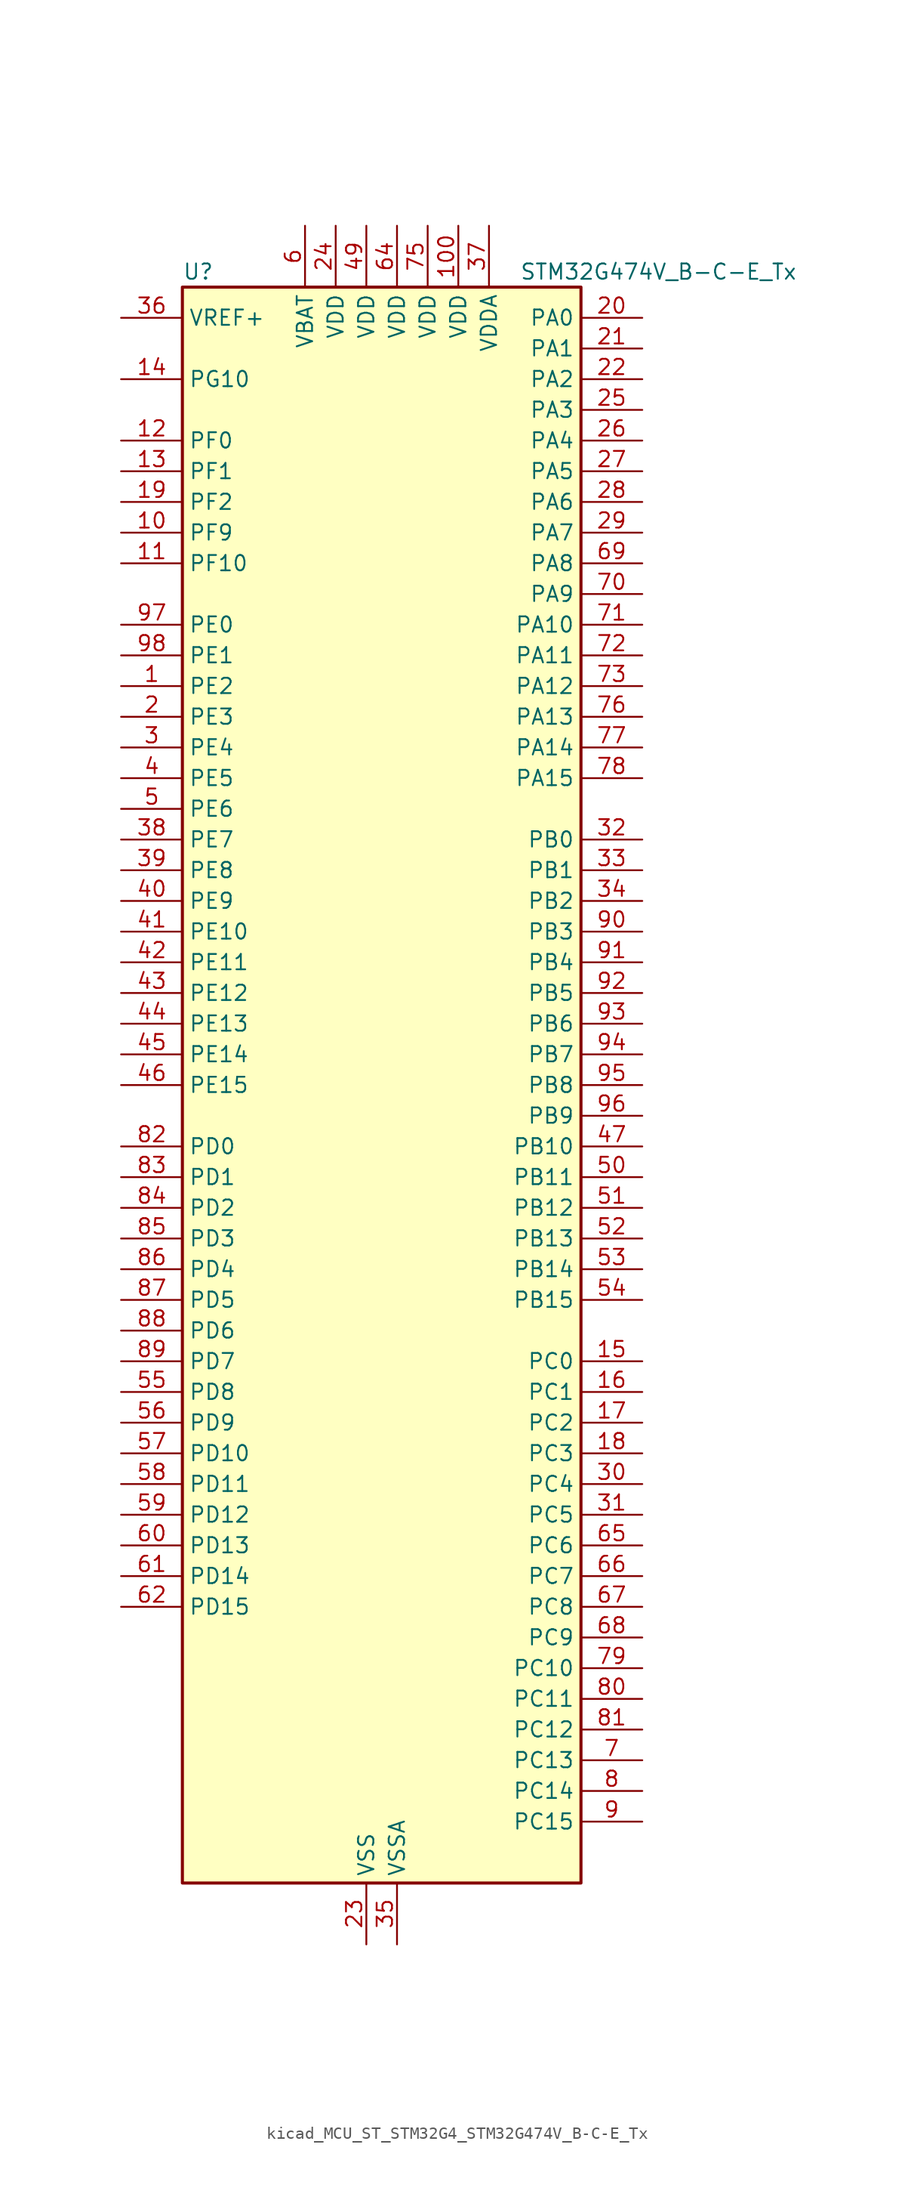
<source format=kicad_sym>
(kicad_symbol_lib
  (version 20220914)
  (generator kicad_symbol_editor)
  (symbol "kicad_MCU_ST_STM32G4_STM32G474V_B-C-E_Tx"
    (property "Reference" "U"
      (at -15.24 67.31 0)
      (effects (font (size 1.27 1.27)) (justify left)))
    (property "Value" "STM32G474V_B-C-E_Tx"
      (at 12.7 67.31 0)
      (effects (font (size 1.27 1.27)) (justify left)))
    (property "ki_locked" ""
      (at 0 0 0)
      (effects (font (size 1.27 1.27))))
    (symbol "kicad_MCU_ST_STM32G4_STM32G474V_B-C-E_Tx_0_1"
      (rectangle (start -15.24 -66.04) (end 17.78 66.04) (stroke (width 0.254) (type default)) (fill (type background))))
    (symbol "kicad_MCU_ST_STM32G4_STM32G474V_B-C-E_Tx_1_1"
      (pin bidirectional line (at -20.32 33.02 0) (length 5.08) (name "PE2" (effects (font (size 1.27 1.27)))) (number "1" (effects (font (size 1.27 1.27)))) (alternate "ADC3_EXTI2" bidirectional line) (alternate "ADC4_EXTI2" bidirectional line) (alternate "ADC5_EXTI2" bidirectional line) (alternate "FMC_A23" bidirectional line) (alternate "SAI1_CK1" bidirectional line) (alternate "SAI1_MCLK_A" bidirectional line) (alternate "SPI4_SCK" bidirectional line) (alternate "SYS_TRACECLK" bidirectional line) (alternate "TIM20_CH1" bidirectional line) (alternate "TIM3_CH1" bidirectional line))
      (pin bidirectional line (at -20.32 45.72 0) (length 5.08) (name "PF9" (effects (font (size 1.27 1.27)))) (number "10" (effects (font (size 1.27 1.27)))) (alternate "DAC1_EXTI9" bidirectional line) (alternate "DAC2_EXTI9" bidirectional line) (alternate "DAC3_EXTI9" bidirectional line) (alternate "DAC4_EXTI9" bidirectional line) (alternate "FMC_A25" bidirectional line) (alternate "QUADSPI1_BK1_IO1" bidirectional line) (alternate "SAI1_FS_B" bidirectional line) (alternate "SPI2_SCK" bidirectional line) (alternate "TIM15_CH1" bidirectional line) (alternate "TIM20_BKIN" bidirectional line) (alternate "TIM5_CH4" bidirectional line))
      (pin power_in line (at 7.62 71.12 270) (length 5.08) (name "VDD" (effects (font (size 1.27 1.27)))) (number "100" (effects (font (size 1.27 1.27)))))
      (pin bidirectional line (at -20.32 43.18 0) (length 5.08) (name "PF10" (effects (font (size 1.27 1.27)))) (number "11" (effects (font (size 1.27 1.27)))) (alternate "DAC1_EXTI10" bidirectional line) (alternate "DAC2_EXTI10" bidirectional line) (alternate "DAC3_EXTI10" bidirectional line) (alternate "DAC4_EXTI10" bidirectional line) (alternate "FMC_A0" bidirectional line) (alternate "QUADSPI1_CLK" bidirectional line) (alternate "SAI1_D3" bidirectional line) (alternate "SPI2_SCK" bidirectional line) (alternate "TIM15_CH2" bidirectional line) (alternate "TIM20_BKIN2" bidirectional line))
      (pin bidirectional line (at -20.32 53.34 0) (length 5.08) (name "PF0" (effects (font (size 1.27 1.27)))) (number "12" (effects (font (size 1.27 1.27)))) (alternate "ADC1_IN10" bidirectional line) (alternate "I2C2_SDA" bidirectional line) (alternate "I2S2_WS" bidirectional line) (alternate "RCC_OSC_IN" bidirectional line) (alternate "SPI2_NSS" bidirectional line) (alternate "TIM1_CH3N" bidirectional line))
      (pin bidirectional line (at -20.32 50.8 0) (length 5.08) (name "PF1" (effects (font (size 1.27 1.27)))) (number "13" (effects (font (size 1.27 1.27)))) (alternate "ADC2_IN10" bidirectional line) (alternate "COMP3_INM" bidirectional line) (alternate "I2S2_CK" bidirectional line) (alternate "RCC_OSC_OUT" bidirectional line) (alternate "SPI2_SCK" bidirectional line))
      (pin bidirectional line (at -20.32 58.42 0) (length 5.08) (name "PG10" (effects (font (size 1.27 1.27)))) (number "14" (effects (font (size 1.27 1.27)))) (alternate "DAC1_EXTI10" bidirectional line) (alternate "DAC2_EXTI10" bidirectional line) (alternate "DAC3_EXTI10" bidirectional line) (alternate "DAC4_EXTI10" bidirectional line) (alternate "RCC_MCO" bidirectional line))
      (pin bidirectional line (at 22.86 -22.86 180) (length 5.08) (name "PC0" (effects (font (size 1.27 1.27)))) (number "15" (effects (font (size 1.27 1.27)))) (alternate "ADC1_IN6" bidirectional line) (alternate "ADC2_IN6" bidirectional line) (alternate "COMP3_INM" bidirectional line) (alternate "LPTIM1_IN1" bidirectional line) (alternate "LPUART1_RX" bidirectional line) (alternate "TIM1_CH1" bidirectional line))
      (pin bidirectional line (at 22.86 -25.4 180) (length 5.08) (name "PC1" (effects (font (size 1.27 1.27)))) (number "16" (effects (font (size 1.27 1.27)))) (alternate "ADC1_IN7" bidirectional line) (alternate "ADC2_IN7" bidirectional line) (alternate "COMP3_INP" bidirectional line) (alternate "LPTIM1_OUT" bidirectional line) (alternate "LPUART1_TX" bidirectional line) (alternate "QUADSPI1_BK2_IO0" bidirectional line) (alternate "SAI1_SD_A" bidirectional line) (alternate "TIM1_CH2" bidirectional line))
      (pin bidirectional line (at 22.86 -27.94 180) (length 5.08) (name "PC2" (effects (font (size 1.27 1.27)))) (number "17" (effects (font (size 1.27 1.27)))) (alternate "ADC1_IN8" bidirectional line) (alternate "ADC2_IN8" bidirectional line) (alternate "ADC3_EXTI2" bidirectional line) (alternate "ADC4_EXTI2" bidirectional line) (alternate "ADC5_EXTI2" bidirectional line) (alternate "COMP3_OUT" bidirectional line) (alternate "LPTIM1_IN2" bidirectional line) (alternate "QUADSPI1_BK2_IO1" bidirectional line) (alternate "TIM1_CH3" bidirectional line) (alternate "TIM20_CH2" bidirectional line))
      (pin bidirectional line (at 22.86 -30.48 180) (length 5.08) (name "PC3" (effects (font (size 1.27 1.27)))) (number "18" (effects (font (size 1.27 1.27)))) (alternate "ADC1_IN9" bidirectional line) (alternate "ADC2_IN9" bidirectional line) (alternate "ADC3_EXTI3" bidirectional line) (alternate "ADC4_EXTI3" bidirectional line) (alternate "ADC5_EXTI3" bidirectional line) (alternate "LPTIM1_ETR" bidirectional line) (alternate "OPAMP5_VINP" bidirectional line) (alternate "OPAMP5_VINP_SEC" bidirectional line) (alternate "QUADSPI1_BK2_IO2" bidirectional line) (alternate "SAI1_D1" bidirectional line) (alternate "SAI1_SD_A" bidirectional line) (alternate "TIM1_BKIN2" bidirectional line) (alternate "TIM1_CH4" bidirectional line))
      (pin bidirectional line (at -20.32 48.26 0) (length 5.08) (name "PF2" (effects (font (size 1.27 1.27)))) (number "19" (effects (font (size 1.27 1.27)))) (alternate "ADC3_EXTI2" bidirectional line) (alternate "ADC4_EXTI2" bidirectional line) (alternate "ADC5_EXTI2" bidirectional line) (alternate "FMC_A2" bidirectional line) (alternate "I2C2_SMBA" bidirectional line) (alternate "TIM20_CH3" bidirectional line))
      (pin bidirectional line (at -20.32 30.48 0) (length 5.08) (name "PE3" (effects (font (size 1.27 1.27)))) (number "2" (effects (font (size 1.27 1.27)))) (alternate "ADC3_EXTI3" bidirectional line) (alternate "ADC4_EXTI3" bidirectional line) (alternate "ADC5_EXTI3" bidirectional line) (alternate "FMC_A19" bidirectional line) (alternate "SAI1_SD_B" bidirectional line) (alternate "SPI4_NSS" bidirectional line) (alternate "SYS_TRACED0" bidirectional line) (alternate "TIM20_CH2" bidirectional line) (alternate "TIM3_CH2" bidirectional line))
      (pin bidirectional line (at 22.86 63.5 180) (length 5.08) (name "PA0" (effects (font (size 1.27 1.27)))) (number "20" (effects (font (size 1.27 1.27)))) (alternate "ADC1_IN1" bidirectional line) (alternate "ADC2_IN1" bidirectional line) (alternate "COMP1_INM" bidirectional line) (alternate "COMP1_OUT" bidirectional line) (alternate "COMP3_INP" bidirectional line) (alternate "RTC_TAMP2" bidirectional line) (alternate "SYS_WKUP1" bidirectional line) (alternate "TIM2_CH1" bidirectional line) (alternate "TIM2_ETR" bidirectional line) (alternate "TIM5_CH1" bidirectional line) (alternate "TIM8_BKIN" bidirectional line) (alternate "TIM8_ETR" bidirectional line) (alternate "USART2_CTS" bidirectional line) (alternate "USART2_NSS" bidirectional line))
      (pin bidirectional line (at 22.86 60.96 180) (length 5.08) (name "PA1" (effects (font (size 1.27 1.27)))) (number "21" (effects (font (size 1.27 1.27)))) (alternate "ADC1_IN2" bidirectional line) (alternate "ADC2_IN2" bidirectional line) (alternate "COMP1_INP" bidirectional line) (alternate "OPAMP1_VINP" bidirectional line) (alternate "OPAMP1_VINP_SEC" bidirectional line) (alternate "OPAMP3_VINP" bidirectional line) (alternate "OPAMP3_VINP_SEC" bidirectional line) (alternate "OPAMP6_VINM" bidirectional line) (alternate "OPAMP6_VINM0" bidirectional line) (alternate "OPAMP6_VINM_SEC" bidirectional line) (alternate "RTC_REFIN" bidirectional line) (alternate "TIM15_CH1N" bidirectional line) (alternate "TIM2_CH2" bidirectional line) (alternate "TIM5_CH2" bidirectional line) (alternate "USART2_DE" bidirectional line) (alternate "USART2_RTS" bidirectional line))
      (pin bidirectional line (at 22.86 58.42 180) (length 5.08) (name "PA2" (effects (font (size 1.27 1.27)))) (number "22" (effects (font (size 1.27 1.27)))) (alternate "ADC1_IN3" bidirectional line) (alternate "ADC3_EXTI2" bidirectional line) (alternate "ADC4_EXTI2" bidirectional line) (alternate "ADC5_EXTI2" bidirectional line) (alternate "COMP2_INM" bidirectional line) (alternate "COMP2_OUT" bidirectional line) (alternate "LPUART1_TX" bidirectional line) (alternate "OPAMP1_VOUT" bidirectional line) (alternate "QUADSPI1_BK1_NCS" bidirectional line) (alternate "RCC_LSCO" bidirectional line) (alternate "SYS_WKUP4" bidirectional line) (alternate "TIM15_CH1" bidirectional line) (alternate "TIM2_CH3" bidirectional line) (alternate "TIM5_CH3" bidirectional line) (alternate "UCPD1_FRSTX1" bidirectional line) (alternate "UCPD1_FRSTX2" bidirectional line) (alternate "USART2_TX" bidirectional line))
      (pin power_in line (at 0 -71.12 90) (length 5.08) (name "VSS" (effects (font (size 1.27 1.27)))) (number "23" (effects (font (size 1.27 1.27)))))
      (pin power_in line (at -2.54 71.12 270) (length 5.08) (name "VDD" (effects (font (size 1.27 1.27)))) (number "24" (effects (font (size 1.27 1.27)))))
      (pin bidirectional line (at 22.86 55.88 180) (length 5.08) (name "PA3" (effects (font (size 1.27 1.27)))) (number "25" (effects (font (size 1.27 1.27)))) (alternate "ADC1_IN4" bidirectional line) (alternate "ADC3_EXTI3" bidirectional line) (alternate "ADC4_EXTI3" bidirectional line) (alternate "ADC5_EXTI3" bidirectional line) (alternate "COMP2_INP" bidirectional line) (alternate "LPUART1_RX" bidirectional line) (alternate "OPAMP1_VINM" bidirectional line) (alternate "OPAMP1_VINM0" bidirectional line) (alternate "OPAMP1_VINM_SEC" bidirectional line) (alternate "OPAMP1_VINP" bidirectional line) (alternate "OPAMP1_VINP_SEC" bidirectional line) (alternate "OPAMP5_VINM" bidirectional line) (alternate "OPAMP5_VINM1" bidirectional line) (alternate "OPAMP5_VINM_SEC" bidirectional line) (alternate "QUADSPI1_CLK" bidirectional line) (alternate "SAI1_CK1" bidirectional line) (alternate "SAI1_MCLK_A" bidirectional line) (alternate "TIM15_CH2" bidirectional line) (alternate "TIM2_CH4" bidirectional line) (alternate "TIM5_CH4" bidirectional line) (alternate "USART2_RX" bidirectional line))
      (pin bidirectional line (at 22.86 53.34 180) (length 5.08) (name "PA4" (effects (font (size 1.27 1.27)))) (number "26" (effects (font (size 1.27 1.27)))) (alternate "ADC2_IN17" bidirectional line) (alternate "COMP1_INM" bidirectional line) (alternate "DAC1_OUT1" bidirectional line) (alternate "I2S3_WS" bidirectional line) (alternate "SAI1_FS_B" bidirectional line) (alternate "SPI1_NSS" bidirectional line) (alternate "SPI3_NSS" bidirectional line) (alternate "TIM3_CH2" bidirectional line) (alternate "USART2_CK" bidirectional line))
      (pin bidirectional line (at 22.86 50.8 180) (length 5.08) (name "PA5" (effects (font (size 1.27 1.27)))) (number "27" (effects (font (size 1.27 1.27)))) (alternate "ADC2_IN13" bidirectional line) (alternate "COMP2_INM" bidirectional line) (alternate "DAC1_OUT2" bidirectional line) (alternate "OPAMP2_VINM" bidirectional line) (alternate "OPAMP2_VINM0" bidirectional line) (alternate "OPAMP2_VINM_SEC" bidirectional line) (alternate "SPI1_SCK" bidirectional line) (alternate "TIM2_CH1" bidirectional line) (alternate "TIM2_ETR" bidirectional line) (alternate "UCPD1_FRSTX1" bidirectional line) (alternate "UCPD1_FRSTX2" bidirectional line))
      (pin bidirectional line (at 22.86 48.26 180) (length 5.08) (name "PA6" (effects (font (size 1.27 1.27)))) (number "28" (effects (font (size 1.27 1.27)))) (alternate "ADC2_IN3" bidirectional line) (alternate "COMP1_OUT" bidirectional line) (alternate "DAC2_OUT1" bidirectional line) (alternate "LPUART1_CTS" bidirectional line) (alternate "OPAMP2_VOUT" bidirectional line) (alternate "QUADSPI1_BK1_IO3" bidirectional line) (alternate "SPI1_MISO" bidirectional line) (alternate "TIM16_CH1" bidirectional line) (alternate "TIM1_BKIN" bidirectional line) (alternate "TIM3_CH1" bidirectional line) (alternate "TIM8_BKIN" bidirectional line))
      (pin bidirectional line (at 22.86 45.72 180) (length 5.08) (name "PA7" (effects (font (size 1.27 1.27)))) (number "29" (effects (font (size 1.27 1.27)))) (alternate "ADC2_IN4" bidirectional line) (alternate "COMP2_INP" bidirectional line) (alternate "COMP2_OUT" bidirectional line) (alternate "OPAMP1_VINP" bidirectional line) (alternate "OPAMP1_VINP_SEC" bidirectional line) (alternate "OPAMP2_VINP" bidirectional line) (alternate "OPAMP2_VINP_SEC" bidirectional line) (alternate "QUADSPI1_BK1_IO2" bidirectional line) (alternate "SPI1_MOSI" bidirectional line) (alternate "TIM17_CH1" bidirectional line) (alternate "TIM1_CH1N" bidirectional line) (alternate "TIM3_CH2" bidirectional line) (alternate "TIM8_CH1N" bidirectional line) (alternate "UCPD1_FRSTX1" bidirectional line) (alternate "UCPD1_FRSTX2" bidirectional line))
      (pin bidirectional line (at -20.32 27.94 0) (length 5.08) (name "PE4" (effects (font (size 1.27 1.27)))) (number "3" (effects (font (size 1.27 1.27)))) (alternate "FMC_A20" bidirectional line) (alternate "SAI1_D2" bidirectional line) (alternate "SAI1_FS_A" bidirectional line) (alternate "SPI4_NSS" bidirectional line) (alternate "SYS_TRACED1" bidirectional line) (alternate "TIM20_CH1N" bidirectional line) (alternate "TIM3_CH3" bidirectional line))
      (pin bidirectional line (at 22.86 -33.02 180) (length 5.08) (name "PC4" (effects (font (size 1.27 1.27)))) (number "30" (effects (font (size 1.27 1.27)))) (alternate "ADC2_IN5" bidirectional line) (alternate "I2C2_SCL" bidirectional line) (alternate "QUADSPI1_BK2_IO3" bidirectional line) (alternate "TIM1_ETR" bidirectional line) (alternate "USART1_TX" bidirectional line))
      (pin bidirectional line (at 22.86 -35.56 180) (length 5.08) (name "PC5" (effects (font (size 1.27 1.27)))) (number "31" (effects (font (size 1.27 1.27)))) (alternate "ADC2_IN11" bidirectional line) (alternate "HRTIM1_EEV10" bidirectional line) (alternate "OPAMP1_VINM" bidirectional line) (alternate "OPAMP1_VINM1" bidirectional line) (alternate "OPAMP1_VINM_SEC" bidirectional line) (alternate "OPAMP2_VINM" bidirectional line) (alternate "OPAMP2_VINM1" bidirectional line) (alternate "OPAMP2_VINM_SEC" bidirectional line) (alternate "SAI1_D3" bidirectional line) (alternate "SYS_WKUP5" bidirectional line) (alternate "TIM15_BKIN" bidirectional line) (alternate "TIM1_CH4N" bidirectional line) (alternate "USART1_RX" bidirectional line))
      (pin bidirectional line (at 22.86 20.32 180) (length 5.08) (name "PB0" (effects (font (size 1.27 1.27)))) (number "32" (effects (font (size 1.27 1.27)))) (alternate "ADC1_IN15" bidirectional line) (alternate "ADC3_IN12" bidirectional line) (alternate "COMP4_INP" bidirectional line) (alternate "HRTIM1_FLT5" bidirectional line) (alternate "OPAMP2_VINP" bidirectional line) (alternate "OPAMP2_VINP_SEC" bidirectional line) (alternate "OPAMP3_VINP" bidirectional line) (alternate "OPAMP3_VINP_SEC" bidirectional line) (alternate "QUADSPI1_BK1_IO1" bidirectional line) (alternate "TIM1_CH2N" bidirectional line) (alternate "TIM3_CH3" bidirectional line) (alternate "TIM8_CH2N" bidirectional line) (alternate "UCPD1_FRSTX1" bidirectional line) (alternate "UCPD1_FRSTX2" bidirectional line))
      (pin bidirectional line (at 22.86 17.78 180) (length 5.08) (name "PB1" (effects (font (size 1.27 1.27)))) (number "33" (effects (font (size 1.27 1.27)))) (alternate "ADC1_IN12" bidirectional line) (alternate "ADC3_IN1" bidirectional line) (alternate "COMP1_INP" bidirectional line) (alternate "COMP4_OUT" bidirectional line) (alternate "HRTIM1_SCOUT" bidirectional line) (alternate "LPUART1_DE" bidirectional line) (alternate "LPUART1_RTS" bidirectional line) (alternate "OPAMP3_VOUT" bidirectional line) (alternate "OPAMP6_VINM" bidirectional line) (alternate "OPAMP6_VINM1" bidirectional line) (alternate "OPAMP6_VINM_SEC" bidirectional line) (alternate "QUADSPI1_BK1_IO0" bidirectional line) (alternate "TIM1_CH3N" bidirectional line) (alternate "TIM3_CH4" bidirectional line) (alternate "TIM8_CH3N" bidirectional line))
      (pin bidirectional line (at 22.86 15.24 180) (length 5.08) (name "PB2" (effects (font (size 1.27 1.27)))) (number "34" (effects (font (size 1.27 1.27)))) (alternate "ADC2_IN12" bidirectional line) (alternate "ADC3_EXTI2" bidirectional line) (alternate "ADC4_EXTI2" bidirectional line) (alternate "ADC5_EXTI2" bidirectional line) (alternate "COMP4_INM" bidirectional line) (alternate "HRTIM1_SCIN" bidirectional line) (alternate "I2C3_SMBA" bidirectional line) (alternate "LPTIM1_OUT" bidirectional line) (alternate "OPAMP3_VINM" bidirectional line) (alternate "OPAMP3_VINM0" bidirectional line) (alternate "OPAMP3_VINM_SEC" bidirectional line) (alternate "QUADSPI1_BK2_IO1" bidirectional line) (alternate "RTC_OUT2" bidirectional line) (alternate "TIM20_CH1" bidirectional line) (alternate "TIM5_CH1" bidirectional line))
      (pin power_in line (at 2.54 -71.12 90) (length 5.08) (name "VSSA" (effects (font (size 1.27 1.27)))) (number "35" (effects (font (size 1.27 1.27)))))
      (pin input line (at -20.32 63.5 0) (length 5.08) (name "VREF+" (effects (font (size 1.27 1.27)))) (number "36" (effects (font (size 1.27 1.27)))) (alternate "VREFBUF_OUT" bidirectional line))
      (pin power_in line (at 10.16 71.12 270) (length 5.08) (name "VDDA" (effects (font (size 1.27 1.27)))) (number "37" (effects (font (size 1.27 1.27)))))
      (pin bidirectional line (at -20.32 20.32 0) (length 5.08) (name "PE7" (effects (font (size 1.27 1.27)))) (number "38" (effects (font (size 1.27 1.27)))) (alternate "ADC3_IN4" bidirectional line) (alternate "COMP4_INP" bidirectional line) (alternate "FMC_D4" bidirectional line) (alternate "FMC_DA4" bidirectional line) (alternate "SAI1_SD_B" bidirectional line) (alternate "TIM1_ETR" bidirectional line))
      (pin bidirectional line (at -20.32 17.78 0) (length 5.08) (name "PE8" (effects (font (size 1.27 1.27)))) (number "39" (effects (font (size 1.27 1.27)))) (alternate "ADC3_IN6" bidirectional line) (alternate "ADC4_IN6" bidirectional line) (alternate "ADC5_IN6" bidirectional line) (alternate "COMP4_INM" bidirectional line) (alternate "FMC_D5" bidirectional line) (alternate "FMC_DA5" bidirectional line) (alternate "SAI1_SCK_B" bidirectional line) (alternate "TIM1_CH1N" bidirectional line) (alternate "TIM5_CH3" bidirectional line))
      (pin bidirectional line (at -20.32 25.4 0) (length 5.08) (name "PE5" (effects (font (size 1.27 1.27)))) (number "4" (effects (font (size 1.27 1.27)))) (alternate "FMC_A21" bidirectional line) (alternate "SAI1_CK2" bidirectional line) (alternate "SAI1_SCK_A" bidirectional line) (alternate "SPI4_MISO" bidirectional line) (alternate "SYS_TRACED2" bidirectional line) (alternate "TIM20_CH2N" bidirectional line) (alternate "TIM3_CH4" bidirectional line))
      (pin bidirectional line (at -20.32 15.24 0) (length 5.08) (name "PE9" (effects (font (size 1.27 1.27)))) (number "40" (effects (font (size 1.27 1.27)))) (alternate "ADC3_IN2" bidirectional line) (alternate "DAC1_EXTI9" bidirectional line) (alternate "DAC2_EXTI9" bidirectional line) (alternate "DAC3_EXTI9" bidirectional line) (alternate "DAC4_EXTI9" bidirectional line) (alternate "FMC_D6" bidirectional line) (alternate "FMC_DA6" bidirectional line) (alternate "SAI1_FS_B" bidirectional line) (alternate "TIM1_CH1" bidirectional line) (alternate "TIM5_CH4" bidirectional line))
      (pin bidirectional line (at -20.32 12.7 0) (length 5.08) (name "PE10" (effects (font (size 1.27 1.27)))) (number "41" (effects (font (size 1.27 1.27)))) (alternate "ADC3_IN14" bidirectional line) (alternate "ADC4_IN14" bidirectional line) (alternate "ADC5_IN14" bidirectional line) (alternate "DAC1_EXTI10" bidirectional line) (alternate "DAC2_EXTI10" bidirectional line) (alternate "DAC3_EXTI10" bidirectional line) (alternate "DAC4_EXTI10" bidirectional line) (alternate "FMC_D7" bidirectional line) (alternate "FMC_DA7" bidirectional line) (alternate "QUADSPI1_CLK" bidirectional line) (alternate "SAI1_MCLK_B" bidirectional line) (alternate "TIM1_CH2N" bidirectional line))
      (pin bidirectional line (at -20.32 10.16 0) (length 5.08) (name "PE11" (effects (font (size 1.27 1.27)))) (number "42" (effects (font (size 1.27 1.27)))) (alternate "ADC1_EXTI11" bidirectional line) (alternate "ADC2_EXTI11" bidirectional line) (alternate "ADC3_IN15" bidirectional line) (alternate "ADC4_IN15" bidirectional line) (alternate "ADC5_IN15" bidirectional line) (alternate "FMC_D8" bidirectional line) (alternate "FMC_DA8" bidirectional line) (alternate "QUADSPI1_BK1_NCS" bidirectional line) (alternate "SPI4_NSS" bidirectional line) (alternate "TIM1_CH2" bidirectional line))
      (pin bidirectional line (at -20.32 7.62 0) (length 5.08) (name "PE12" (effects (font (size 1.27 1.27)))) (number "43" (effects (font (size 1.27 1.27)))) (alternate "ADC3_IN16" bidirectional line) (alternate "ADC4_IN16" bidirectional line) (alternate "ADC5_IN16" bidirectional line) (alternate "FMC_D9" bidirectional line) (alternate "FMC_DA9" bidirectional line) (alternate "QUADSPI1_BK1_IO0" bidirectional line) (alternate "SPI4_SCK" bidirectional line) (alternate "TIM1_CH3N" bidirectional line))
      (pin bidirectional line (at -20.32 5.08 0) (length 5.08) (name "PE13" (effects (font (size 1.27 1.27)))) (number "44" (effects (font (size 1.27 1.27)))) (alternate "ADC3_IN3" bidirectional line) (alternate "FMC_D10" bidirectional line) (alternate "FMC_DA10" bidirectional line) (alternate "QUADSPI1_BK1_IO1" bidirectional line) (alternate "SPI4_MISO" bidirectional line) (alternate "TIM1_CH3" bidirectional line))
      (pin bidirectional line (at -20.32 2.54 0) (length 5.08) (name "PE14" (effects (font (size 1.27 1.27)))) (number "45" (effects (font (size 1.27 1.27)))) (alternate "ADC4_IN1" bidirectional line) (alternate "FMC_D11" bidirectional line) (alternate "FMC_DA11" bidirectional line) (alternate "QUADSPI1_BK1_IO2" bidirectional line) (alternate "SPI4_MOSI" bidirectional line) (alternate "TIM1_BKIN2" bidirectional line) (alternate "TIM1_CH4" bidirectional line))
      (pin bidirectional line (at -20.32 0 0) (length 5.08) (name "PE15" (effects (font (size 1.27 1.27)))) (number "46" (effects (font (size 1.27 1.27)))) (alternate "ADC1_EXTI15" bidirectional line) (alternate "ADC2_EXTI15" bidirectional line) (alternate "ADC4_IN2" bidirectional line) (alternate "FMC_D12" bidirectional line) (alternate "FMC_DA12" bidirectional line) (alternate "QUADSPI1_BK1_IO3" bidirectional line) (alternate "TIM1_BKIN" bidirectional line) (alternate "TIM1_CH4N" bidirectional line) (alternate "USART3_RX" bidirectional line))
      (pin bidirectional line (at 22.86 -5.08 180) (length 5.08) (name "PB10" (effects (font (size 1.27 1.27)))) (number "47" (effects (font (size 1.27 1.27)))) (alternate "COMP5_INM" bidirectional line) (alternate "DAC1_EXTI10" bidirectional line) (alternate "DAC2_EXTI10" bidirectional line) (alternate "DAC3_EXTI10" bidirectional line) (alternate "DAC4_EXTI10" bidirectional line) (alternate "HRTIM1_FLT3" bidirectional line) (alternate "LPUART1_RX" bidirectional line) (alternate "OPAMP3_VINM" bidirectional line) (alternate "OPAMP3_VINM1" bidirectional line) (alternate "OPAMP3_VINM_SEC" bidirectional line) (alternate "OPAMP4_VINM" bidirectional line) (alternate "OPAMP4_VINM0" bidirectional line) (alternate "OPAMP4_VINM_SEC" bidirectional line) (alternate "QUADSPI1_CLK" bidirectional line) (alternate "SAI1_SCK_A" bidirectional line) (alternate "TIM1_BKIN" bidirectional line) (alternate "TIM2_CH3" bidirectional line) (alternate "USART3_TX" bidirectional line))
      (pin passive line (at 0 -71.12 90) (length 5.08) hide (name "VSS" (effects (font (size 1.27 1.27)))) (number "48" (effects (font (size 1.27 1.27)))))
      (pin power_in line (at 0 71.12 270) (length 5.08) (name "VDD" (effects (font (size 1.27 1.27)))) (number "49" (effects (font (size 1.27 1.27)))))
      (pin bidirectional line (at -20.32 22.86 0) (length 5.08) (name "PE6" (effects (font (size 1.27 1.27)))) (number "5" (effects (font (size 1.27 1.27)))) (alternate "FMC_A22" bidirectional line) (alternate "RTC_TAMP3" bidirectional line) (alternate "SAI1_D1" bidirectional line) (alternate "SAI1_SD_A" bidirectional line) (alternate "SPI4_MOSI" bidirectional line) (alternate "SYS_TRACED3" bidirectional line) (alternate "SYS_WKUP3" bidirectional line) (alternate "TIM20_CH3N" bidirectional line))
      (pin bidirectional line (at 22.86 -7.62 180) (length 5.08) (name "PB11" (effects (font (size 1.27 1.27)))) (number "50" (effects (font (size 1.27 1.27)))) (alternate "ADC1_EXTI11" bidirectional line) (alternate "ADC1_IN14" bidirectional line) (alternate "ADC2_EXTI11" bidirectional line) (alternate "ADC2_IN14" bidirectional line) (alternate "COMP6_INP" bidirectional line) (alternate "HRTIM1_FLT4" bidirectional line) (alternate "LPUART1_TX" bidirectional line) (alternate "OPAMP4_VINP" bidirectional line) (alternate "OPAMP4_VINP_SEC" bidirectional line) (alternate "OPAMP6_VOUT" bidirectional line) (alternate "QUADSPI1_BK1_NCS" bidirectional line) (alternate "TIM2_CH4" bidirectional line) (alternate "USART3_RX" bidirectional line))
      (pin bidirectional line (at 22.86 -10.16 180) (length 5.08) (name "PB12" (effects (font (size 1.27 1.27)))) (number "51" (effects (font (size 1.27 1.27)))) (alternate "ADC1_IN11" bidirectional line) (alternate "ADC4_IN3" bidirectional line) (alternate "COMP7_INM" bidirectional line) (alternate "FDCAN2_RX" bidirectional line) (alternate "HRTIM1_CHC1" bidirectional line) (alternate "I2C2_SMBA" bidirectional line) (alternate "I2S2_WS" bidirectional line) (alternate "LPUART1_DE" bidirectional line) (alternate "LPUART1_RTS" bidirectional line) (alternate "OPAMP4_VOUT" bidirectional line) (alternate "OPAMP6_VINP" bidirectional line) (alternate "OPAMP6_VINP_SEC" bidirectional line) (alternate "SPI2_NSS" bidirectional line) (alternate "TIM1_BKIN" bidirectional line) (alternate "TIM5_ETR" bidirectional line) (alternate "USART3_CK" bidirectional line))
      (pin bidirectional line (at 22.86 -12.7 180) (length 5.08) (name "PB13" (effects (font (size 1.27 1.27)))) (number "52" (effects (font (size 1.27 1.27)))) (alternate "ADC3_IN5" bidirectional line) (alternate "COMP5_INP" bidirectional line) (alternate "FDCAN2_TX" bidirectional line) (alternate "HRTIM1_CHC2" bidirectional line) (alternate "I2S2_CK" bidirectional line) (alternate "LPUART1_CTS" bidirectional line) (alternate "OPAMP3_VINP" bidirectional line) (alternate "OPAMP3_VINP_SEC" bidirectional line) (alternate "OPAMP4_VINP" bidirectional line) (alternate "OPAMP4_VINP_SEC" bidirectional line) (alternate "OPAMP6_VINP" bidirectional line) (alternate "OPAMP6_VINP_SEC" bidirectional line) (alternate "SPI2_SCK" bidirectional line) (alternate "TIM1_CH1N" bidirectional line) (alternate "USART3_CTS" bidirectional line) (alternate "USART3_NSS" bidirectional line))
      (pin bidirectional line (at 22.86 -15.24 180) (length 5.08) (name "PB14" (effects (font (size 1.27 1.27)))) (number "53" (effects (font (size 1.27 1.27)))) (alternate "ADC1_IN5" bidirectional line) (alternate "ADC4_IN4" bidirectional line) (alternate "COMP4_OUT" bidirectional line) (alternate "COMP7_INP" bidirectional line) (alternate "HRTIM1_CHD1" bidirectional line) (alternate "OPAMP2_VINP" bidirectional line) (alternate "OPAMP2_VINP_SEC" bidirectional line) (alternate "OPAMP5_VINP" bidirectional line) (alternate "OPAMP5_VINP_SEC" bidirectional line) (alternate "SPI2_MISO" bidirectional line) (alternate "TIM15_CH1" bidirectional line) (alternate "TIM1_CH2N" bidirectional line) (alternate "USART3_DE" bidirectional line) (alternate "USART3_RTS" bidirectional line))
      (pin bidirectional line (at 22.86 -17.78 180) (length 5.08) (name "PB15" (effects (font (size 1.27 1.27)))) (number "54" (effects (font (size 1.27 1.27)))) (alternate "ADC1_EXTI15" bidirectional line) (alternate "ADC2_EXTI15" bidirectional line) (alternate "ADC2_IN15" bidirectional line) (alternate "ADC4_IN5" bidirectional line) (alternate "COMP3_OUT" bidirectional line) (alternate "COMP6_INM" bidirectional line) (alternate "HRTIM1_CHD2" bidirectional line) (alternate "I2S2_SD" bidirectional line) (alternate "OPAMP5_VINM" bidirectional line) (alternate "OPAMP5_VINM0" bidirectional line) (alternate "OPAMP5_VINM_SEC" bidirectional line) (alternate "RTC_REFIN" bidirectional line) (alternate "SPI2_MOSI" bidirectional line) (alternate "TIM15_CH1N" bidirectional line) (alternate "TIM15_CH2" bidirectional line) (alternate "TIM1_CH3N" bidirectional line))
      (pin bidirectional line (at -20.32 -25.4 0) (length 5.08) (name "PD8" (effects (font (size 1.27 1.27)))) (number "55" (effects (font (size 1.27 1.27)))) (alternate "ADC4_IN12" bidirectional line) (alternate "ADC5_IN12" bidirectional line) (alternate "FMC_D13" bidirectional line) (alternate "FMC_DA13" bidirectional line) (alternate "OPAMP4_VINM" bidirectional line) (alternate "OPAMP4_VINM1" bidirectional line) (alternate "OPAMP4_VINM_SEC" bidirectional line) (alternate "USART3_TX" bidirectional line))
      (pin bidirectional line (at -20.32 -27.94 0) (length 5.08) (name "PD9" (effects (font (size 1.27 1.27)))) (number "56" (effects (font (size 1.27 1.27)))) (alternate "ADC4_IN13" bidirectional line) (alternate "ADC5_IN13" bidirectional line) (alternate "DAC1_EXTI9" bidirectional line) (alternate "DAC2_EXTI9" bidirectional line) (alternate "DAC3_EXTI9" bidirectional line) (alternate "DAC4_EXTI9" bidirectional line) (alternate "FMC_D14" bidirectional line) (alternate "FMC_DA14" bidirectional line) (alternate "OPAMP6_VINP" bidirectional line) (alternate "OPAMP6_VINP_SEC" bidirectional line) (alternate "USART3_RX" bidirectional line))
      (pin bidirectional line (at -20.32 -30.48 0) (length 5.08) (name "PD10" (effects (font (size 1.27 1.27)))) (number "57" (effects (font (size 1.27 1.27)))) (alternate "ADC3_IN7" bidirectional line) (alternate "ADC4_IN7" bidirectional line) (alternate "ADC5_IN7" bidirectional line) (alternate "COMP6_INM" bidirectional line) (alternate "DAC1_EXTI10" bidirectional line) (alternate "DAC2_EXTI10" bidirectional line) (alternate "DAC3_EXTI10" bidirectional line) (alternate "DAC4_EXTI10" bidirectional line) (alternate "FMC_D15" bidirectional line) (alternate "FMC_DA15" bidirectional line) (alternate "USART3_CK" bidirectional line))
      (pin bidirectional line (at -20.32 -33.02 0) (length 5.08) (name "PD11" (effects (font (size 1.27 1.27)))) (number "58" (effects (font (size 1.27 1.27)))) (alternate "ADC1_EXTI11" bidirectional line) (alternate "ADC2_EXTI11" bidirectional line) (alternate "ADC3_IN8" bidirectional line) (alternate "ADC4_IN8" bidirectional line) (alternate "ADC5_IN8" bidirectional line) (alternate "COMP6_INP" bidirectional line) (alternate "FMC_A16" bidirectional line) (alternate "FMC_CLE" bidirectional line) (alternate "I2C4_SMBA" bidirectional line) (alternate "OPAMP4_VINP" bidirectional line) (alternate "OPAMP4_VINP_SEC" bidirectional line) (alternate "TIM5_ETR" bidirectional line) (alternate "USART3_CTS" bidirectional line) (alternate "USART3_NSS" bidirectional line))
      (pin bidirectional line (at -20.32 -35.56 0) (length 5.08) (name "PD12" (effects (font (size 1.27 1.27)))) (number "59" (effects (font (size 1.27 1.27)))) (alternate "ADC3_IN9" bidirectional line) (alternate "ADC4_IN9" bidirectional line) (alternate "ADC5_IN9" bidirectional line) (alternate "COMP5_INP" bidirectional line) (alternate "FMC_A17" bidirectional line) (alternate "FMC_ALE" bidirectional line) (alternate "OPAMP5_VINP" bidirectional line) (alternate "OPAMP5_VINP_SEC" bidirectional line) (alternate "TIM4_CH1" bidirectional line) (alternate "USART3_DE" bidirectional line) (alternate "USART3_RTS" bidirectional line))
      (pin power_in line (at -5.08 71.12 270) (length 5.08) (name "VBAT" (effects (font (size 1.27 1.27)))) (number "6" (effects (font (size 1.27 1.27)))))
      (pin bidirectional line (at -20.32 -38.1 0) (length 5.08) (name "PD13" (effects (font (size 1.27 1.27)))) (number "60" (effects (font (size 1.27 1.27)))) (alternate "ADC3_IN10" bidirectional line) (alternate "ADC4_IN10" bidirectional line) (alternate "ADC5_IN10" bidirectional line) (alternate "COMP5_INM" bidirectional line) (alternate "FMC_A18" bidirectional line) (alternate "TIM4_CH2" bidirectional line))
      (pin bidirectional line (at -20.32 -40.64 0) (length 5.08) (name "PD14" (effects (font (size 1.27 1.27)))) (number "61" (effects (font (size 1.27 1.27)))) (alternate "ADC3_IN11" bidirectional line) (alternate "ADC4_IN11" bidirectional line) (alternate "ADC5_IN11" bidirectional line) (alternate "COMP7_INP" bidirectional line) (alternate "FMC_D0" bidirectional line) (alternate "FMC_DA0" bidirectional line) (alternate "OPAMP2_VINP" bidirectional line) (alternate "OPAMP2_VINP_SEC" bidirectional line) (alternate "TIM4_CH3" bidirectional line))
      (pin bidirectional line (at -20.32 -43.18 0) (length 5.08) (name "PD15" (effects (font (size 1.27 1.27)))) (number "62" (effects (font (size 1.27 1.27)))) (alternate "ADC1_EXTI15" bidirectional line) (alternate "ADC2_EXTI15" bidirectional line) (alternate "COMP7_INM" bidirectional line) (alternate "FMC_D1" bidirectional line) (alternate "FMC_DA1" bidirectional line) (alternate "SPI2_NSS" bidirectional line) (alternate "TIM4_CH4" bidirectional line))
      (pin passive line (at 0 -71.12 90) (length 5.08) hide (name "VSS" (effects (font (size 1.27 1.27)))) (number "63" (effects (font (size 1.27 1.27)))))
      (pin power_in line (at 2.54 71.12 270) (length 5.08) (name "VDD" (effects (font (size 1.27 1.27)))) (number "64" (effects (font (size 1.27 1.27)))))
      (pin bidirectional line (at 22.86 -38.1 180) (length 5.08) (name "PC6" (effects (font (size 1.27 1.27)))) (number "65" (effects (font (size 1.27 1.27)))) (alternate "COMP6_OUT" bidirectional line) (alternate "HRTIM1_CHF1" bidirectional line) (alternate "HRTIM1_EEV10" bidirectional line) (alternate "I2C4_SCL" bidirectional line) (alternate "I2S2_MCK" bidirectional line) (alternate "TIM3_CH1" bidirectional line) (alternate "TIM8_CH1" bidirectional line))
      (pin bidirectional line (at 22.86 -40.64 180) (length 5.08) (name "PC7" (effects (font (size 1.27 1.27)))) (number "66" (effects (font (size 1.27 1.27)))) (alternate "COMP5_OUT" bidirectional line) (alternate "HRTIM1_CHF2" bidirectional line) (alternate "HRTIM1_FLT5" bidirectional line) (alternate "I2C4_SDA" bidirectional line) (alternate "I2S3_MCK" bidirectional line) (alternate "TIM3_CH2" bidirectional line) (alternate "TIM8_CH2" bidirectional line))
      (pin bidirectional line (at 22.86 -43.18 180) (length 5.08) (name "PC8" (effects (font (size 1.27 1.27)))) (number "67" (effects (font (size 1.27 1.27)))) (alternate "COMP7_OUT" bidirectional line) (alternate "HRTIM1_CHE1" bidirectional line) (alternate "I2C3_SCL" bidirectional line) (alternate "TIM20_CH3" bidirectional line) (alternate "TIM3_CH3" bidirectional line) (alternate "TIM8_CH3" bidirectional line))
      (pin bidirectional line (at 22.86 -45.72 180) (length 5.08) (name "PC9" (effects (font (size 1.27 1.27)))) (number "68" (effects (font (size 1.27 1.27)))) (alternate "DAC1_EXTI9" bidirectional line) (alternate "DAC2_EXTI9" bidirectional line) (alternate "DAC3_EXTI9" bidirectional line) (alternate "DAC4_EXTI9" bidirectional line) (alternate "HRTIM1_CHE2" bidirectional line) (alternate "I2C3_SDA" bidirectional line) (alternate "I2S_CKIN" bidirectional line) (alternate "TIM3_CH4" bidirectional line) (alternate "TIM8_BKIN2" bidirectional line) (alternate "TIM8_CH4" bidirectional line))
      (pin bidirectional line (at 22.86 43.18 180) (length 5.08) (name "PA8" (effects (font (size 1.27 1.27)))) (number "69" (effects (font (size 1.27 1.27)))) (alternate "ADC5_IN1" bidirectional line) (alternate "COMP7_OUT" bidirectional line) (alternate "FDCAN3_RX" bidirectional line) (alternate "HRTIM1_CHA1" bidirectional line) (alternate "I2C2_SDA" bidirectional line) (alternate "I2C3_SCL" bidirectional line) (alternate "I2S2_MCK" bidirectional line) (alternate "OPAMP5_VOUT" bidirectional line) (alternate "RCC_MCO" bidirectional line) (alternate "SAI1_CK2" bidirectional line) (alternate "SAI1_SCK_A" bidirectional line) (alternate "TIM1_CH1" bidirectional line) (alternate "TIM4_ETR" bidirectional line) (alternate "USART1_CK" bidirectional line))
      (pin bidirectional line (at 22.86 -55.88 180) (length 5.08) (name "PC13" (effects (font (size 1.27 1.27)))) (number "7" (effects (font (size 1.27 1.27)))) (alternate "RTC_OUT1" bidirectional line) (alternate "RTC_TAMP1" bidirectional line) (alternate "RTC_TS" bidirectional line) (alternate "SYS_WKUP2" bidirectional line) (alternate "TIM1_BKIN" bidirectional line) (alternate "TIM1_CH1N" bidirectional line) (alternate "TIM8_CH4N" bidirectional line))
      (pin bidirectional line (at 22.86 40.64 180) (length 5.08) (name "PA9" (effects (font (size 1.27 1.27)))) (number "70" (effects (font (size 1.27 1.27)))) (alternate "ADC5_IN2" bidirectional line) (alternate "COMP5_OUT" bidirectional line) (alternate "DAC1_EXTI9" bidirectional line) (alternate "DAC2_EXTI9" bidirectional line) (alternate "DAC3_EXTI9" bidirectional line) (alternate "DAC4_EXTI9" bidirectional line) (alternate "HRTIM1_CHA2" bidirectional line) (alternate "I2C2_SCL" bidirectional line) (alternate "I2C3_SMBA" bidirectional line) (alternate "I2S3_MCK" bidirectional line) (alternate "SAI1_FS_A" bidirectional line) (alternate "TIM15_BKIN" bidirectional line) (alternate "TIM1_CH2" bidirectional line) (alternate "TIM2_CH3" bidirectional line) (alternate "UCPD1_DBCC1" bidirectional line) (alternate "USART1_TX" bidirectional line))
      (pin bidirectional line (at 22.86 38.1 180) (length 5.08) (name "PA10" (effects (font (size 1.27 1.27)))) (number "71" (effects (font (size 1.27 1.27)))) (alternate "COMP6_OUT" bidirectional line) (alternate "CRS_SYNC" bidirectional line) (alternate "DAC1_EXTI10" bidirectional line) (alternate "DAC2_EXTI10" bidirectional line) (alternate "DAC3_EXTI10" bidirectional line) (alternate "DAC4_EXTI10" bidirectional line) (alternate "HRTIM1_CHB1" bidirectional line) (alternate "I2C2_SMBA" bidirectional line) (alternate "SAI1_D1" bidirectional line) (alternate "SAI1_SD_A" bidirectional line) (alternate "SPI2_MISO" bidirectional line) (alternate "TIM17_BKIN" bidirectional line) (alternate "TIM1_CH3" bidirectional line) (alternate "TIM2_CH4" bidirectional line) (alternate "TIM8_BKIN" bidirectional line) (alternate "UCPD1_DBCC2" bidirectional line) (alternate "USART1_RX" bidirectional line))
      (pin bidirectional line (at 22.86 35.56 180) (length 5.08) (name "PA11" (effects (font (size 1.27 1.27)))) (number "72" (effects (font (size 1.27 1.27)))) (alternate "ADC1_EXTI11" bidirectional line) (alternate "ADC2_EXTI11" bidirectional line) (alternate "COMP1_OUT" bidirectional line) (alternate "FDCAN1_RX" bidirectional line) (alternate "HRTIM1_CHB2" bidirectional line) (alternate "I2S2_SD" bidirectional line) (alternate "SPI2_MOSI" bidirectional line) (alternate "TIM1_BKIN2" bidirectional line) (alternate "TIM1_CH1N" bidirectional line) (alternate "TIM1_CH4" bidirectional line) (alternate "TIM4_CH1" bidirectional line) (alternate "USART1_CTS" bidirectional line) (alternate "USART1_NSS" bidirectional line) (alternate "USB_DM" bidirectional line))
      (pin bidirectional line (at 22.86 33.02 180) (length 5.08) (name "PA12" (effects (font (size 1.27 1.27)))) (number "73" (effects (font (size 1.27 1.27)))) (alternate "COMP2_OUT" bidirectional line) (alternate "FDCAN1_TX" bidirectional line) (alternate "HRTIM1_FLT1" bidirectional line) (alternate "I2S_CKIN" bidirectional line) (alternate "TIM16_CH1" bidirectional line) (alternate "TIM1_CH2N" bidirectional line) (alternate "TIM1_ETR" bidirectional line) (alternate "TIM4_CH2" bidirectional line) (alternate "USART1_DE" bidirectional line) (alternate "USART1_RTS" bidirectional line) (alternate "USB_DP" bidirectional line))
      (pin passive line (at 0 -71.12 90) (length 5.08) hide (name "VSS" (effects (font (size 1.27 1.27)))) (number "74" (effects (font (size 1.27 1.27)))))
      (pin power_in line (at 5.08 71.12 270) (length 5.08) (name "VDD" (effects (font (size 1.27 1.27)))) (number "75" (effects (font (size 1.27 1.27)))))
      (pin bidirectional line (at 22.86 30.48 180) (length 5.08) (name "PA13" (effects (font (size 1.27 1.27)))) (number "76" (effects (font (size 1.27 1.27)))) (alternate "I2C1_SCL" bidirectional line) (alternate "I2C4_SCL" bidirectional line) (alternate "IR_OUT" bidirectional line) (alternate "SAI1_SD_B" bidirectional line) (alternate "SYS_JTMS-SWDIO" bidirectional line) (alternate "TIM16_CH1N" bidirectional line) (alternate "TIM4_CH3" bidirectional line) (alternate "USART3_CTS" bidirectional line) (alternate "USART3_NSS" bidirectional line))
      (pin bidirectional line (at 22.86 27.94 180) (length 5.08) (name "PA14" (effects (font (size 1.27 1.27)))) (number "77" (effects (font (size 1.27 1.27)))) (alternate "I2C1_SDA" bidirectional line) (alternate "I2C4_SMBA" bidirectional line) (alternate "LPTIM1_OUT" bidirectional line) (alternate "SAI1_FS_B" bidirectional line) (alternate "SYS_JTCK-SWCLK" bidirectional line) (alternate "TIM1_BKIN" bidirectional line) (alternate "TIM8_CH2" bidirectional line) (alternate "USART2_TX" bidirectional line))
      (pin bidirectional line (at 22.86 25.4 180) (length 5.08) (name "PA15" (effects (font (size 1.27 1.27)))) (number "78" (effects (font (size 1.27 1.27)))) (alternate "ADC1_EXTI15" bidirectional line) (alternate "ADC2_EXTI15" bidirectional line) (alternate "FDCAN3_TX" bidirectional line) (alternate "HRTIM1_FLT2" bidirectional line) (alternate "I2C1_SCL" bidirectional line) (alternate "I2S3_WS" bidirectional line) (alternate "SPI1_NSS" bidirectional line) (alternate "SPI3_NSS" bidirectional line) (alternate "SYS_JTDI" bidirectional line) (alternate "TIM1_BKIN" bidirectional line) (alternate "TIM2_CH1" bidirectional line) (alternate "TIM2_ETR" bidirectional line) (alternate "TIM8_CH1" bidirectional line) (alternate "UART4_DE" bidirectional line) (alternate "UART4_RTS" bidirectional line) (alternate "USART2_RX" bidirectional line))
      (pin bidirectional line (at 22.86 -48.26 180) (length 5.08) (name "PC10" (effects (font (size 1.27 1.27)))) (number "79" (effects (font (size 1.27 1.27)))) (alternate "DAC1_EXTI10" bidirectional line) (alternate "DAC2_EXTI10" bidirectional line) (alternate "DAC3_EXTI10" bidirectional line) (alternate "DAC4_EXTI10" bidirectional line) (alternate "HRTIM1_FLT6" bidirectional line) (alternate "I2S3_CK" bidirectional line) (alternate "SPI3_SCK" bidirectional line) (alternate "TIM8_CH1N" bidirectional line) (alternate "UART4_TX" bidirectional line) (alternate "USART3_TX" bidirectional line))
      (pin bidirectional line (at 22.86 -58.42 180) (length 5.08) (name "PC14" (effects (font (size 1.27 1.27)))) (number "8" (effects (font (size 1.27 1.27)))) (alternate "RCC_OSC32_IN" bidirectional line))
      (pin bidirectional line (at 22.86 -50.8 180) (length 5.08) (name "PC11" (effects (font (size 1.27 1.27)))) (number "80" (effects (font (size 1.27 1.27)))) (alternate "ADC1_EXTI11" bidirectional line) (alternate "ADC2_EXTI11" bidirectional line) (alternate "HRTIM1_EEV2" bidirectional line) (alternate "I2C3_SDA" bidirectional line) (alternate "SPI3_MISO" bidirectional line) (alternate "TIM8_CH2N" bidirectional line) (alternate "UART4_RX" bidirectional line) (alternate "USART3_RX" bidirectional line))
      (pin bidirectional line (at 22.86 -53.34 180) (length 5.08) (name "PC12" (effects (font (size 1.27 1.27)))) (number "81" (effects (font (size 1.27 1.27)))) (alternate "HRTIM1_EEV1" bidirectional line) (alternate "I2S3_SD" bidirectional line) (alternate "SPI3_MOSI" bidirectional line) (alternate "TIM5_CH2" bidirectional line) (alternate "TIM8_CH3N" bidirectional line) (alternate "UART5_TX" bidirectional line) (alternate "UCPD1_FRSTX1" bidirectional line) (alternate "UCPD1_FRSTX2" bidirectional line) (alternate "USART3_CK" bidirectional line))
      (pin bidirectional line (at -20.32 -5.08 0) (length 5.08) (name "PD0" (effects (font (size 1.27 1.27)))) (number "82" (effects (font (size 1.27 1.27)))) (alternate "FDCAN1_RX" bidirectional line) (alternate "FMC_D2" bidirectional line) (alternate "FMC_DA2" bidirectional line) (alternate "TIM8_CH4N" bidirectional line))
      (pin bidirectional line (at -20.32 -7.62 0) (length 5.08) (name "PD1" (effects (font (size 1.27 1.27)))) (number "83" (effects (font (size 1.27 1.27)))) (alternate "FDCAN1_TX" bidirectional line) (alternate "FMC_D3" bidirectional line) (alternate "FMC_DA3" bidirectional line) (alternate "TIM8_BKIN2" bidirectional line) (alternate "TIM8_CH4" bidirectional line))
      (pin bidirectional line (at -20.32 -10.16 0) (length 5.08) (name "PD2" (effects (font (size 1.27 1.27)))) (number "84" (effects (font (size 1.27 1.27)))) (alternate "ADC3_EXTI2" bidirectional line) (alternate "ADC4_EXTI2" bidirectional line) (alternate "ADC5_EXTI2" bidirectional line) (alternate "TIM3_ETR" bidirectional line) (alternate "TIM8_BKIN" bidirectional line) (alternate "UART5_RX" bidirectional line))
      (pin bidirectional line (at -20.32 -12.7 0) (length 5.08) (name "PD3" (effects (font (size 1.27 1.27)))) (number "85" (effects (font (size 1.27 1.27)))) (alternate "ADC3_EXTI3" bidirectional line) (alternate "ADC4_EXTI3" bidirectional line) (alternate "ADC5_EXTI3" bidirectional line) (alternate "FMC_CLK" bidirectional line) (alternate "QUADSPI1_BK2_NCS" bidirectional line) (alternate "TIM2_CH1" bidirectional line) (alternate "TIM2_ETR" bidirectional line) (alternate "USART2_CTS" bidirectional line) (alternate "USART2_NSS" bidirectional line))
      (pin bidirectional line (at -20.32 -15.24 0) (length 5.08) (name "PD4" (effects (font (size 1.27 1.27)))) (number "86" (effects (font (size 1.27 1.27)))) (alternate "FMC_NOE" bidirectional line) (alternate "QUADSPI1_BK2_IO0" bidirectional line) (alternate "TIM2_CH2" bidirectional line) (alternate "USART2_DE" bidirectional line) (alternate "USART2_RTS" bidirectional line))
      (pin bidirectional line (at -20.32 -17.78 0) (length 5.08) (name "PD5" (effects (font (size 1.27 1.27)))) (number "87" (effects (font (size 1.27 1.27)))) (alternate "FMC_NWE" bidirectional line) (alternate "QUADSPI1_BK2_IO1" bidirectional line) (alternate "USART2_TX" bidirectional line))
      (pin bidirectional line (at -20.32 -20.32 0) (length 5.08) (name "PD6" (effects (font (size 1.27 1.27)))) (number "88" (effects (font (size 1.27 1.27)))) (alternate "FMC_NWAIT" bidirectional line) (alternate "QUADSPI1_BK2_IO2" bidirectional line) (alternate "SAI1_D1" bidirectional line) (alternate "SAI1_SD_A" bidirectional line) (alternate "TIM2_CH4" bidirectional line) (alternate "USART2_RX" bidirectional line))
      (pin bidirectional line (at -20.32 -22.86 0) (length 5.08) (name "PD7" (effects (font (size 1.27 1.27)))) (number "89" (effects (font (size 1.27 1.27)))) (alternate "FMC_NCE" bidirectional line) (alternate "FMC_NE1" bidirectional line) (alternate "QUADSPI1_BK2_IO3" bidirectional line) (alternate "TIM2_CH3" bidirectional line) (alternate "USART2_CK" bidirectional line))
      (pin bidirectional line (at 22.86 -60.96 180) (length 5.08) (name "PC15" (effects (font (size 1.27 1.27)))) (number "9" (effects (font (size 1.27 1.27)))) (alternate "ADC1_EXTI15" bidirectional line) (alternate "ADC2_EXTI15" bidirectional line) (alternate "RCC_OSC32_OUT" bidirectional line))
      (pin bidirectional line (at 22.86 12.7 180) (length 5.08) (name "PB3" (effects (font (size 1.27 1.27)))) (number "90" (effects (font (size 1.27 1.27)))) (alternate "ADC3_EXTI3" bidirectional line) (alternate "ADC4_EXTI3" bidirectional line) (alternate "ADC5_EXTI3" bidirectional line) (alternate "CRS_SYNC" bidirectional line) (alternate "FDCAN3_RX" bidirectional line) (alternate "HRTIM1_EEV9" bidirectional line) (alternate "HRTIM1_SCOUT" bidirectional line) (alternate "I2S3_CK" bidirectional line) (alternate "SAI1_SCK_B" bidirectional line) (alternate "SPI1_SCK" bidirectional line) (alternate "SPI3_SCK" bidirectional line) (alternate "SYS_JTDO-SWO" bidirectional line) (alternate "TIM2_CH2" bidirectional line) (alternate "TIM3_ETR" bidirectional line) (alternate "TIM4_ETR" bidirectional line) (alternate "TIM8_CH1N" bidirectional line) (alternate "USART2_TX" bidirectional line))
      (pin bidirectional line (at 22.86 10.16 180) (length 5.08) (name "PB4" (effects (font (size 1.27 1.27)))) (number "91" (effects (font (size 1.27 1.27)))) (alternate "FDCAN3_TX" bidirectional line) (alternate "HRTIM1_EEV7" bidirectional line) (alternate "SAI1_MCLK_B" bidirectional line) (alternate "SPI1_MISO" bidirectional line) (alternate "SPI3_MISO" bidirectional line) (alternate "SYS_JTRST" bidirectional line) (alternate "TIM16_CH1" bidirectional line) (alternate "TIM17_BKIN" bidirectional line) (alternate "TIM3_CH1" bidirectional line) (alternate "TIM8_CH2N" bidirectional line) (alternate "UART5_DE" bidirectional line) (alternate "UART5_RTS" bidirectional line) (alternate "UCPD1_CC2" bidirectional line) (alternate "USART2_RX" bidirectional line))
      (pin bidirectional line (at 22.86 7.62 180) (length 5.08) (name "PB5" (effects (font (size 1.27 1.27)))) (number "92" (effects (font (size 1.27 1.27)))) (alternate "FDCAN2_RX" bidirectional line) (alternate "HRTIM1_EEV6" bidirectional line) (alternate "I2C1_SMBA" bidirectional line) (alternate "I2C3_SDA" bidirectional line) (alternate "I2S3_SD" bidirectional line) (alternate "LPTIM1_IN1" bidirectional line) (alternate "SAI1_SD_B" bidirectional line) (alternate "SPI1_MOSI" bidirectional line) (alternate "SPI3_MOSI" bidirectional line) (alternate "TIM16_BKIN" bidirectional line) (alternate "TIM17_CH1" bidirectional line) (alternate "TIM3_CH2" bidirectional line) (alternate "TIM8_CH3N" bidirectional line) (alternate "UART5_CTS" bidirectional line) (alternate "USART2_CK" bidirectional line))
      (pin bidirectional line (at 22.86 5.08 180) (length 5.08) (name "PB6" (effects (font (size 1.27 1.27)))) (number "93" (effects (font (size 1.27 1.27)))) (alternate "COMP4_OUT" bidirectional line) (alternate "FDCAN2_TX" bidirectional line) (alternate "HRTIM1_EEV4" bidirectional line) (alternate "HRTIM1_SCIN" bidirectional line) (alternate "LPTIM1_ETR" bidirectional line) (alternate "SAI1_FS_B" bidirectional line) (alternate "TIM16_CH1N" bidirectional line) (alternate "TIM4_CH1" bidirectional line) (alternate "TIM8_BKIN2" bidirectional line) (alternate "TIM8_CH1" bidirectional line) (alternate "TIM8_ETR" bidirectional line) (alternate "UCPD1_CC1" bidirectional line) (alternate "USART1_TX" bidirectional line))
      (pin bidirectional line (at 22.86 2.54 180) (length 5.08) (name "PB7" (effects (font (size 1.27 1.27)))) (number "94" (effects (font (size 1.27 1.27)))) (alternate "COMP3_OUT" bidirectional line) (alternate "FMC_NL" bidirectional line) (alternate "HRTIM1_EEV3" bidirectional line) (alternate "I2C1_SDA" bidirectional line) (alternate "I2C4_SDA" bidirectional line) (alternate "LPTIM1_IN2" bidirectional line) (alternate "SYS_PVD_IN" bidirectional line) (alternate "TIM17_CH1N" bidirectional line) (alternate "TIM3_CH4" bidirectional line) (alternate "TIM4_CH2" bidirectional line) (alternate "TIM8_BKIN" bidirectional line) (alternate "UART4_CTS" bidirectional line) (alternate "USART1_RX" bidirectional line))
      (pin bidirectional line (at 22.86 0 180) (length 5.08) (name "PB8" (effects (font (size 1.27 1.27)))) (number "95" (effects (font (size 1.27 1.27)))) (alternate "COMP1_OUT" bidirectional line) (alternate "FDCAN1_RX" bidirectional line) (alternate "HRTIM1_EEV8" bidirectional line) (alternate "I2C1_SCL" bidirectional line) (alternate "SAI1_CK1" bidirectional line) (alternate "SAI1_MCLK_A" bidirectional line) (alternate "TIM16_CH1" bidirectional line) (alternate "TIM1_BKIN" bidirectional line) (alternate "TIM4_CH3" bidirectional line) (alternate "TIM8_CH2" bidirectional line) (alternate "USART3_RX" bidirectional line))
      (pin bidirectional line (at 22.86 -2.54 180) (length 5.08) (name "PB9" (effects (font (size 1.27 1.27)))) (number "96" (effects (font (size 1.27 1.27)))) (alternate "COMP2_OUT" bidirectional line) (alternate "DAC1_EXTI9" bidirectional line) (alternate "DAC2_EXTI9" bidirectional line) (alternate "DAC3_EXTI9" bidirectional line) (alternate "DAC4_EXTI9" bidirectional line) (alternate "FDCAN1_TX" bidirectional line) (alternate "HRTIM1_EEV5" bidirectional line) (alternate "I2C1_SDA" bidirectional line) (alternate "IR_OUT" bidirectional line) (alternate "SAI1_D2" bidirectional line) (alternate "SAI1_FS_A" bidirectional line) (alternate "TIM17_CH1" bidirectional line) (alternate "TIM1_CH3N" bidirectional line) (alternate "TIM4_CH4" bidirectional line) (alternate "TIM8_CH3" bidirectional line) (alternate "USART3_TX" bidirectional line))
      (pin bidirectional line (at -20.32 38.1 0) (length 5.08) (name "PE0" (effects (font (size 1.27 1.27)))) (number "97" (effects (font (size 1.27 1.27)))) (alternate "FMC_NBL0" bidirectional line) (alternate "TIM16_CH1" bidirectional line) (alternate "TIM20_CH4N" bidirectional line) (alternate "TIM20_ETR" bidirectional line) (alternate "TIM4_ETR" bidirectional line) (alternate "USART1_TX" bidirectional line))
      (pin bidirectional line (at -20.32 35.56 0) (length 5.08) (name "PE1" (effects (font (size 1.27 1.27)))) (number "98" (effects (font (size 1.27 1.27)))) (alternate "FMC_NBL1" bidirectional line) (alternate "TIM17_CH1" bidirectional line) (alternate "TIM20_CH4" bidirectional line) (alternate "USART1_RX" bidirectional line))
      (pin passive line (at 0 -71.12 90) (length 5.08) hide (name "VSS" (effects (font (size 1.27 1.27)))) (number "99" (effects (font (size 1.27 1.27))))))))
</source>
